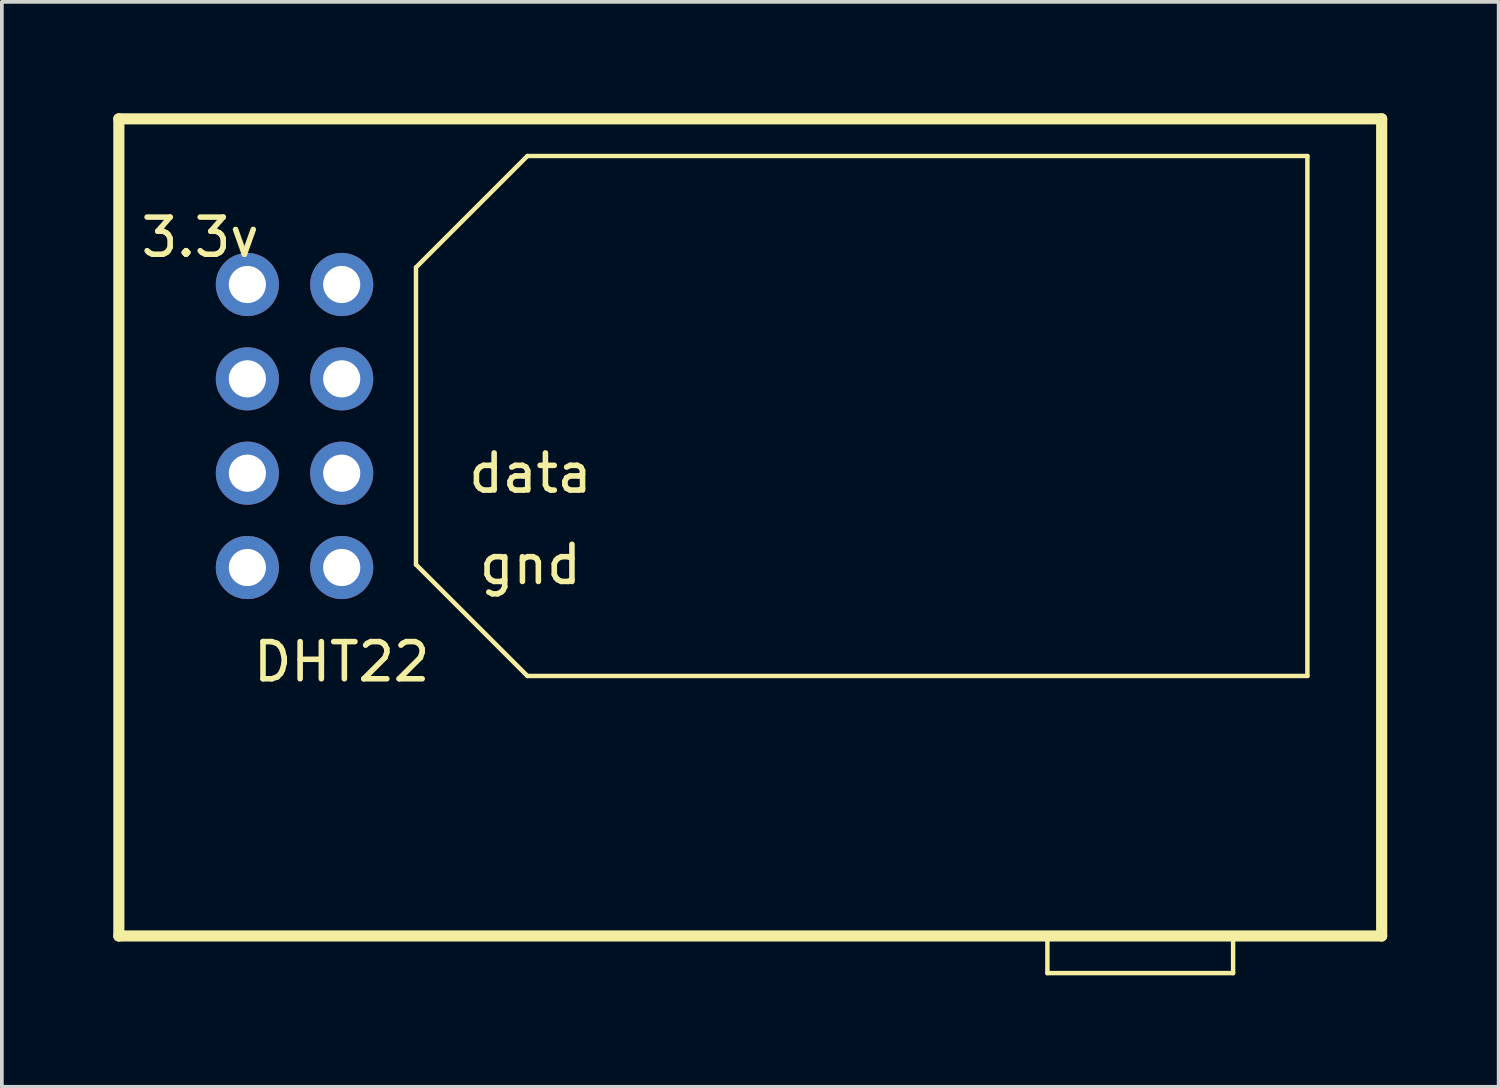
<source format=kicad_pcb>
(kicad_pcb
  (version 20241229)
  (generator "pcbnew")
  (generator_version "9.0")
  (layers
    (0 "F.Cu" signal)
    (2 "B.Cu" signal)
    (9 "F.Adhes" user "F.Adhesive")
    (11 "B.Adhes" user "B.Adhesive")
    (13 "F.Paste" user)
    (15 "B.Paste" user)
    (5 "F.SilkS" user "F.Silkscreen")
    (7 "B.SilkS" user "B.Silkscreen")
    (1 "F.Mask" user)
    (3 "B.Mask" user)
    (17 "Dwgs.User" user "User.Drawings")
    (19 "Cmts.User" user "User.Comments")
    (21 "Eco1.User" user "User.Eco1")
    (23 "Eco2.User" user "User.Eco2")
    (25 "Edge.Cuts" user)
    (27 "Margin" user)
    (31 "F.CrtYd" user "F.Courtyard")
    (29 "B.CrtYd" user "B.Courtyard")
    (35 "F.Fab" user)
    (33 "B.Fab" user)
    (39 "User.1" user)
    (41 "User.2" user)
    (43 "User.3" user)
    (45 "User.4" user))
  (footprint "DHT22"
    (layer "F.Cu")
    (at 6.15 7.15)
    (property "Reference" "DHT22" (at 0 7.62 0) (layer "F.SilkS") (effects (font (size 1 1) (thickness 0.15))))
    (attr through_hole)
    (fp_line (start -6 -7) (end -6 15) (stroke (width 0.3) (type solid)) (layer "F.SilkS"))
    (fp_line (start -6 15) (end 28 15) (stroke (width 0.3) (type solid)) (layer "F.SilkS"))
    (fp_line (start 2 -3) (end 2 5) (stroke (width 0.12) (type solid)) (layer "F.SilkS"))
    (fp_line (start 2 5) (end 5 8) (stroke (width 0.12) (type solid)) (layer "F.SilkS"))
    (fp_line (start 5 -6) (end 2 -3) (stroke (width 0.12) (type solid)) (layer "F.SilkS"))
    (fp_line (start 5 8) (end 26 8) (stroke (width 0.12) (type solid)) (layer "F.SilkS"))
    (fp_line (start 19 15) (end 19 16) (stroke (width 0.12) (type solid)) (layer "F.SilkS"))
    (fp_line (start 19 16) (end 24 16) (stroke (width 0.12) (type solid)) (layer "F.SilkS"))
    (fp_line (start 24 16) (end 24 15) (stroke (width 0.12) (type solid)) (layer "F.SilkS"))
    (fp_line (start 26 -6) (end 5 -6) (stroke (width 0.12) (type solid)) (layer "F.SilkS"))
    (fp_line (start 26 8) (end 26 -6) (stroke (width 0.12) (type solid)) (layer "F.SilkS"))
    (fp_line (start 28 -7) (end -6 -7) (stroke (width 0.3) (type solid)) (layer "F.SilkS"))
    (fp_line (start 28 15) (end 28 -7) (stroke (width 0.3) (type solid)) (layer "F.SilkS"))
    (fp_text user "3.3v" (at -3.81 -3.81 0) (layer "F.SilkS") (effects (font (size 1 1) (thickness 0.15))))
    (fp_text user "data" (at 5.08 2.54 0) (layer "F.SilkS") (effects (font (size 1 1) (thickness 0.15))))
    (fp_text user "gnd" (at 5.08 5 0) (layer "F.SilkS") (effects (font (size 1 1) (thickness 0.15))))
    (pad "1" thru_hole circle (at -2.54 -2.54) (size 1.7 1.7) (drill 1) (layers "*.Cu" "*.Mask"))
    (pad "2" thru_hole circle (at -2.54 0) (size 1.7 1.7) (drill 1) (layers "*.Cu" "*.Mask"))
    (pad "3" thru_hole circle (at -2.54 2.54) (size 1.7 1.7) (drill 1) (layers "*.Cu" "*.Mask"))
    (pad "4" thru_hole circle (at -2.54 5.08) (size 1.7 1.7) (drill 1) (layers "*.Cu" "*.Mask"))
    (pad "5" thru_hole circle (at 0 5.08) (size 1.7 1.7) (drill 1) (layers "*.Cu" "*.Mask"))
    (pad "6" thru_hole circle (at 0 2.54) (size 1.7 1.7) (drill 1) (layers "*.Cu" "*.Mask"))
    (pad "7" thru_hole circle (at 0 0) (size 1.7 1.7) (drill 1) (layers "*.Cu" "*.Mask"))
    (pad "8" thru_hole circle (at 0 -2.54) (size 1.7 1.7) (drill 1) (layers "*.Cu" "*.Mask")))
  (gr_rect
    (start -3 -3)
    (end 37.3 26.21)
    (stroke (width 0.1) (type default))
    (fill no)
    (layer "Edge.Cuts")))
</source>
